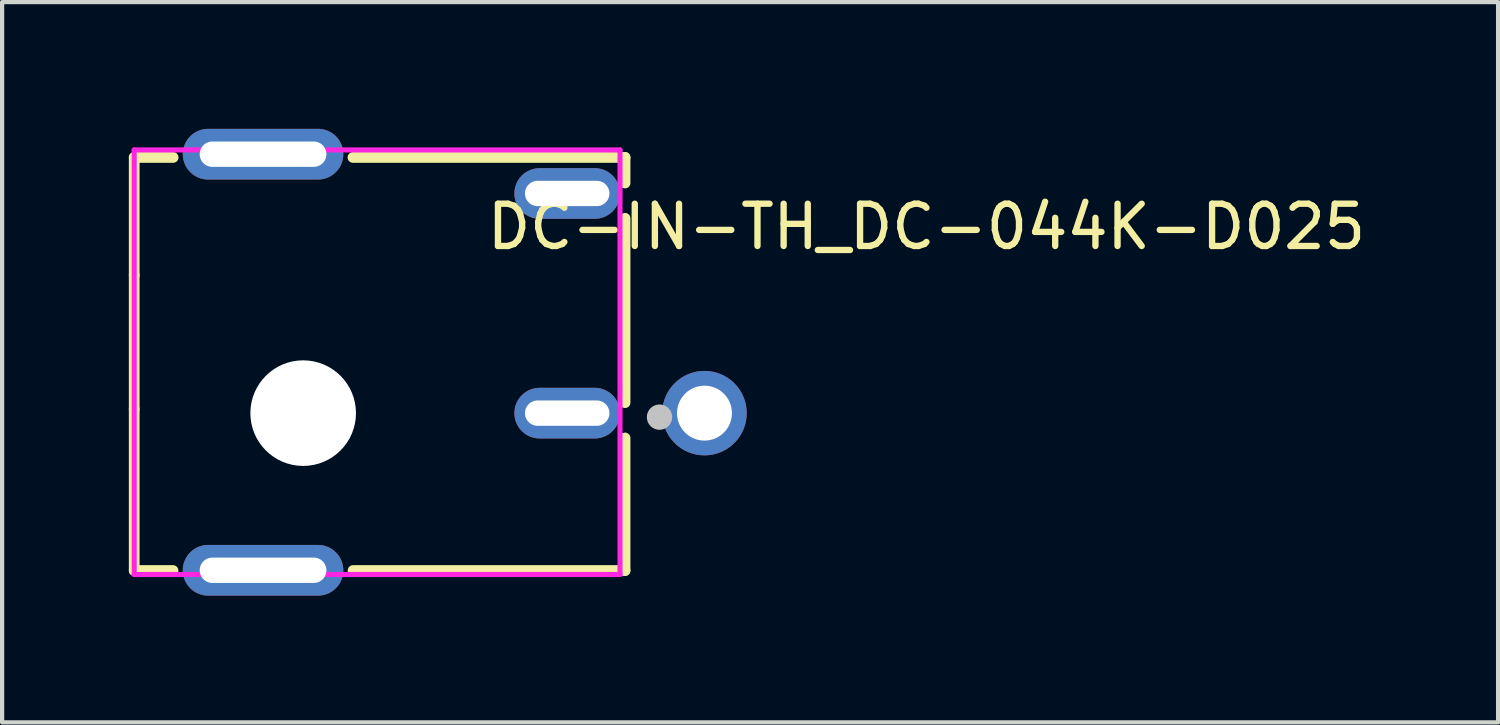
<source format=kicad_pcb>
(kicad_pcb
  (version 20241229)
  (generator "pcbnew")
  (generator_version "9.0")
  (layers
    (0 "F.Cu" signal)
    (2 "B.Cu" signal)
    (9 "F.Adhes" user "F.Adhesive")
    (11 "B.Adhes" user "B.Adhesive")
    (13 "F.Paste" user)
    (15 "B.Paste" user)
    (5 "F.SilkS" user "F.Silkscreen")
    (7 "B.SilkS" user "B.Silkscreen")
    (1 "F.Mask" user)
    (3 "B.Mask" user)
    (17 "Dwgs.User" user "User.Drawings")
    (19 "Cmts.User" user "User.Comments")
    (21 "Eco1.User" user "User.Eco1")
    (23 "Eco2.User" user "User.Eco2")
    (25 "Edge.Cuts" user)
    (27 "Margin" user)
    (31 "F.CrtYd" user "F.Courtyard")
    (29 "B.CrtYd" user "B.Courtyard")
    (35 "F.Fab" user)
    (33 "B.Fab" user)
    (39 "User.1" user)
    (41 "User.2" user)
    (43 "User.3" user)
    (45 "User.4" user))
  (footprint "DC-IN-TH_DC-044K-D025"
    (layer "F.Cu")
    (at 8.402 5.525)
    (property "Reference" "DC-IN-TH_DC-044K-D025" (at 0 -3.207 0) (layer "F.SilkS") (effects (font (size 1 1) (thickness 0.15)) (justify left)))
    (attr through_hole)
    (fp_line (start -8.275 -4.848) (end -7.353 -4.848) (stroke (width 0.254) (type solid)) (layer "F.SilkS"))
    (fp_line (start -8.275 -2.06) (end -8.275 -4.848) (stroke (width 0.254) (type solid)) (layer "F.SilkS"))
    (fp_line (start -8.275 -2.06) (end -8.275 1.115) (stroke (width 0.254) (type solid)) (layer "F.SilkS"))
    (fp_line (start -8.275 1.115) (end -8.275 4.931) (stroke (width 0.254) (type solid)) (layer "F.SilkS"))
    (fp_line (start -8.275 4.931) (end -7.356 4.931) (stroke (width 0.254) (type solid)) (layer "F.SilkS"))
    (fp_line (start -3.097 -4.848) (end 3.345 -4.848) (stroke (width 0.254) (type solid)) (layer "F.SilkS"))
    (fp_line (start -3.094 4.931) (end 3.345 4.931) (stroke (width 0.254) (type solid)) (layer "F.SilkS"))
    (fp_line (start 3.345 -4.848) (end 3.345 -4.243) (stroke (width 0.254) (type solid)) (layer "F.SilkS"))
    (fp_line (start 3.345 -3.407) (end 3.345 0.957) (stroke (width 0.254) (type solid)) (layer "F.SilkS"))
    (fp_line (start 3.345 1.793) (end 3.345 4.931) (stroke (width 0.254) (type solid)) (layer "F.SilkS"))
    (fp_circle (center 4.16 1.3) (end 4.31 1.3) (stroke (width 0.3) (type solid)) (fill no) (layer "Dwgs.User"))
    (fp_line (start 3.225 0.73) (end 5.7 0.73) (stroke (width 0.12) (type solid)) (layer "Eco2.User"))
    (fp_line (start 3.225 1.68) (end 3.225 0.73) (stroke (width 0.12) (type solid)) (layer "Eco2.User"))
    (fp_line (start 5.7 0.73) (end 5.7 1.68) (stroke (width 0.12) (type solid)) (layer "Eco2.User"))
    (fp_line (start 5.7 1.68) (end 3.225 1.68) (stroke (width 0.12) (type solid)) (layer "Eco2.User"))
    (fp_circle (center -8.275 -5.125) (end -8.245 -5.125) (stroke (width 0.06) (type solid)) (fill no) (layer "Eco2.User"))
    (fp_circle (center 5.225 1.205) (end 5.475 1.205) (stroke (width 0.5) (type solid)) (fill no) (layer "Eco2.User"))
    (fp_poly (pts (xy -4.325 -5.125) (xy -4.325 -4.725) (xy -6.125 -4.725) (xy -6.125 -5.125)) (stroke (width 0.12) (type solid)) (fill no) (layer "Eco2.User"))
    (fp_poly (pts (xy -4.325 4.725) (xy -4.325 5.125) (xy -6.125 5.125) (xy -6.125 4.725)) (stroke (width 0.12) (type solid)) (fill no) (layer "Eco2.User"))
    (fp_poly (pts (xy 2.725 -4.195) (xy 2.725 -3.795) (xy 1.225 -3.795) (xy 1.225 -4.195)) (stroke (width 0.12) (type solid)) (fill no) (layer "Eco2.User"))
    (fp_poly (pts (xy 2.725 1.005) (xy 2.725 1.405) (xy 1.225 1.405) (xy 1.225 1.005)) (stroke (width 0.12) (type solid)) (fill no) (layer "Eco2.User"))
    (fp_line (start -8.275 -5.025) (end 3.225 -5.025) (stroke (width 0.12) (type solid)) (layer "F.CrtYd"))
    (fp_line (start -8.275 5.025) (end -8.275 -5.025) (stroke (width 0.12) (type solid)) (layer "F.CrtYd"))
    (fp_line (start 3.225 -5.025) (end 3.225 5.025) (stroke (width 0.12) (type solid)) (layer "F.CrtYd"))
    (fp_line (start 3.225 5.025) (end -8.275 5.025) (stroke (width 0.12) (type solid)) (layer "F.CrtYd"))
    (pad "" np_thru_hole circle (at -4.275 1.205) (size 2.5 2.5) (drill 2.5) (layers "*.Cu" "*.Mask"))
    (pad "1" thru_hole oval (at -5.225 -4.925 90) (size 1.2 3.8) (drill oval 0.6 3) (layers "*.Cu" "*.Mask"))
    (pad "2" thru_hole oval (at 1.975 -3.995 90) (size 1.2 2.5) (drill oval 0.6 2) (layers "*.Cu" "*.Mask"))
    (pad "3" thru_hole oval (at 1.975 1.205 90) (size 1.2 2.5) (drill oval 0.6 2) (layers "*.Cu" "*.Mask"))
    (pad "4" thru_hole circle (at 5.225 1.205 90) (size 2 2) (drill 1.3) (layers "*.Cu" "*.Mask"))
    (pad "6" thru_hole oval (at -5.225 4.925 90) (size 1.2 3.8) (drill oval 0.6 3) (layers "*.Cu" "*.Mask")))
  (gr_rect
    (start -3 -3)
    (end 32.414 14.05)
    (stroke (width 0.1) (type default))
    (fill no)
    (layer "Edge.Cuts")))
</source>
